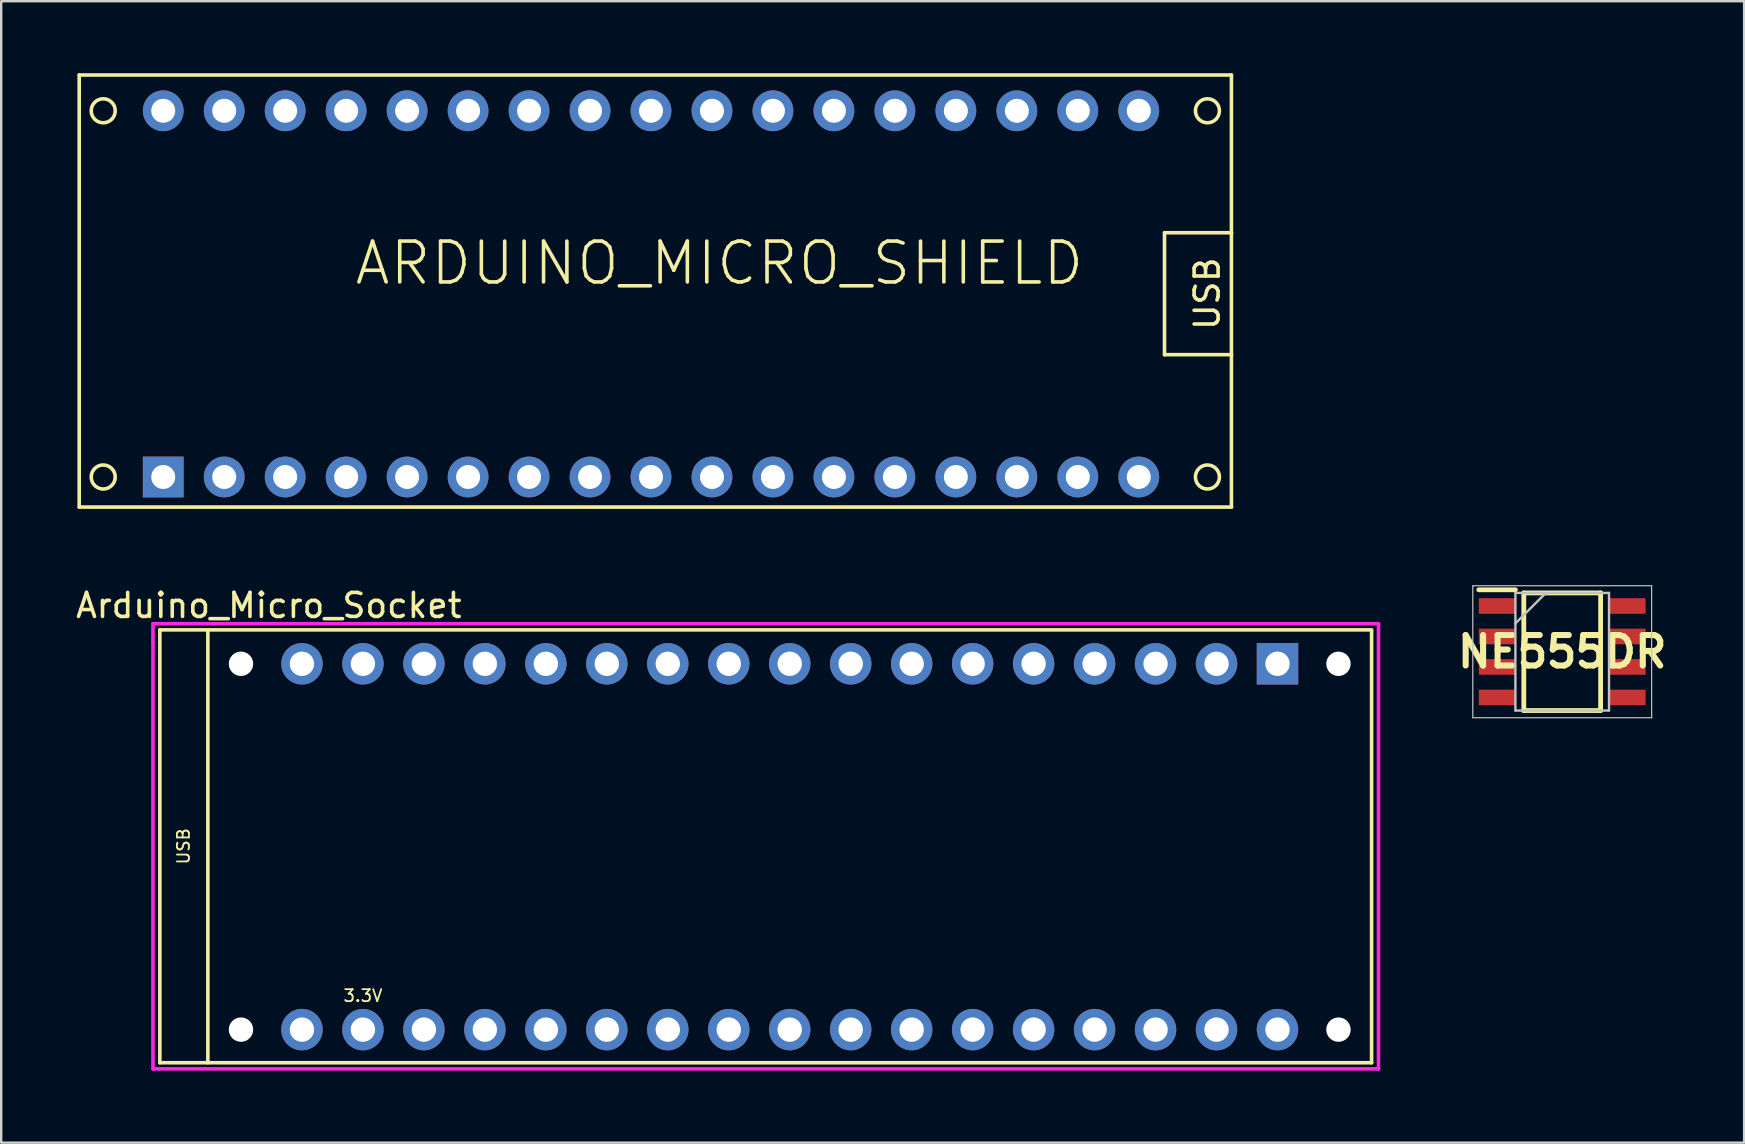
<source format=kicad_pcb>
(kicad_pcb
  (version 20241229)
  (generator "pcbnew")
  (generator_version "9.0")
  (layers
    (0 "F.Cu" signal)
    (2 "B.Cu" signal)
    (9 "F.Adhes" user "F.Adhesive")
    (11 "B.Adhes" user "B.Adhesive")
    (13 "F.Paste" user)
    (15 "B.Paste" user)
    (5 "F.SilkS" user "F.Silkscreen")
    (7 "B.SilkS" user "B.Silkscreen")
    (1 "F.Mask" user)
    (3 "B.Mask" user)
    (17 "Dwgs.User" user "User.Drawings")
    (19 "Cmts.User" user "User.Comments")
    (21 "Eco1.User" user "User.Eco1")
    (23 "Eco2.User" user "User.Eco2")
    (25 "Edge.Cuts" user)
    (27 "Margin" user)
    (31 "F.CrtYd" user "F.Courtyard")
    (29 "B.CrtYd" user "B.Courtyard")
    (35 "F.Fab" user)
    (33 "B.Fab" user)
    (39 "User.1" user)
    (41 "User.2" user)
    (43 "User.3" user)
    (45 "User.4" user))
  (footprint "NE555DR"
    (layer "F.Cu")
    (at 62.03 24.1)
    (property "Reference" "NE555DR" (at 0 0 0) (layer "F.SilkS") (effects (font (size 1.27 1.27) (thickness 0.254))))
    (attr smd)
    (fp_line (start -3.475 -2.58) (end -1.95 -2.58) (stroke (width 0.2) (type solid)) (layer "F.SilkS"))
    (fp_line (start -1.6 -2.45) (end 1.6 -2.45) (stroke (width 0.2) (type solid)) (layer "F.SilkS"))
    (fp_line (start -1.6 2.45) (end -1.6 -2.45) (stroke (width 0.2) (type solid)) (layer "F.SilkS"))
    (fp_line (start 1.6 -2.45) (end 1.6 2.45) (stroke (width 0.2) (type solid)) (layer "F.SilkS"))
    (fp_line (start 1.6 2.45) (end -1.6 2.45) (stroke (width 0.2) (type solid)) (layer "F.SilkS"))
    (fp_line (start -3.725 -2.75) (end 3.725 -2.75) (stroke (width 0.05) (type solid)) (layer "Dwgs.User"))
    (fp_line (start -3.725 2.75) (end -3.725 -2.75) (stroke (width 0.05) (type solid)) (layer "Dwgs.User"))
    (fp_line (start -1.95 -2.45) (end 1.95 -2.45) (stroke (width 0.1) (type solid)) (layer "Dwgs.User"))
    (fp_line (start -1.95 -1.18) (end -0.68 -2.45) (stroke (width 0.1) (type solid)) (layer "Dwgs.User"))
    (fp_line (start -1.95 2.45) (end -1.95 -2.45) (stroke (width 0.1) (type solid)) (layer "Dwgs.User"))
    (fp_line (start 1.95 -2.45) (end 1.95 2.45) (stroke (width 0.1) (type solid)) (layer "Dwgs.User"))
    (fp_line (start 1.95 2.45) (end -1.95 2.45) (stroke (width 0.1) (type solid)) (layer "Dwgs.User"))
    (fp_line (start 3.725 -2.75) (end 3.725 2.75) (stroke (width 0.05) (type solid)) (layer "Dwgs.User"))
    (fp_line (start 3.725 2.75) (end -3.725 2.75) (stroke (width 0.05) (type solid)) (layer "Dwgs.User"))
    (pad "1" smd rect (at -2.712 -1.905 90) (size 0.65 1.525) (layers "F.Cu" "F.Paste"))
    (pad "2" smd rect (at -2.712 -0.635 90) (size 0.65 1.525) (layers "F.Cu" "F.Paste"))
    (pad "3" smd rect (at -2.712 0.635 90) (size 0.65 1.525) (layers "F.Cu" "F.Paste"))
    (pad "4" smd rect (at -2.712 1.905 90) (size 0.65 1.525) (layers "F.Cu" "F.Paste"))
    (pad "5" smd rect (at 2.712 1.905 90) (size 0.65 1.525) (layers "F.Cu" "F.Paste"))
    (pad "6" smd rect (at 2.712 0.635 90) (size 0.65 1.525) (layers "F.Cu" "F.Paste"))
    (pad "7" smd rect (at 2.712 -0.635 90) (size 0.65 1.525) (layers "F.Cu" "F.Paste"))
    (pad "8" smd rect (at 2.712 -1.905 90) (size 0.65 1.525) (layers "F.Cu" "F.Paste")))
  (footprint "ARDUINO_MICRO_SHIELD"
    (layer "F.Cu")
    (at 0.25 18.075)
    (property "Reference" "ARDUINO_MICRO_SHIELD" (at 26.67 -10.16 0) (layer "F.SilkS") (effects (font (size 1.7 1.7) (thickness 0.15))))
    (attr through_hole)
    (fp_line (start 0 -18) (end 48 -18) (stroke (width 0.15) (type solid)) (layer "F.SilkS"))
    (fp_line (start 0 0) (end 0 -18) (stroke (width 0.15) (type solid)) (layer "F.SilkS"))
    (fp_line (start 45.212 -11.43) (end 48.006 -11.43) (stroke (width 0.15) (type solid)) (layer "F.SilkS"))
    (fp_line (start 45.212 -6.35) (end 45.212 -11.43) (stroke (width 0.15) (type solid)) (layer "F.SilkS"))
    (fp_line (start 48 -18) (end 48 0) (stroke (width 0.15) (type solid)) (layer "F.SilkS"))
    (fp_line (start 48 0) (end 0 0) (stroke (width 0.15) (type solid)) (layer "F.SilkS"))
    (fp_line (start 48.006 -6.35) (end 45.212 -6.35) (stroke (width 0.15) (type solid)) (layer "F.SilkS"))
    (fp_circle (center 1 -16.51) (end 1.5 -16.51) (stroke (width 0.15) (type solid)) (fill no) (layer "F.SilkS"))
    (fp_circle (center 1 -1.254) (end 1.5 -1.254) (stroke (width 0.15) (type solid)) (fill no) (layer "F.SilkS"))
    (fp_circle (center 47 -16.51) (end 47.5 -16.51) (stroke (width 0.15) (type solid)) (fill no) (layer "F.SilkS"))
    (fp_circle (center 47 -1.254) (end 47.5 -1.254) (stroke (width 0.15) (type solid)) (fill no) (layer "F.SilkS"))
    (fp_text user "USB" (at 46.99 -8.89 90) (layer "F.SilkS") (effects (font (size 1 1) (thickness 0.15))))
    (pad "2" thru_hole circle (at 18.74 -1.254) (size 1.7 1.7) (drill 1) (layers "*.Cu" "*.Mask"))
    (pad "3" thru_hole circle (at 21.28 -1.254) (size 1.7 1.7) (drill 1) (layers "*.Cu" "*.Mask"))
    (pad "3.3V" thru_hole circle (at 41.6 -16.51) (size 1.7 1.7) (drill 1) (layers "*.Cu" "*.Mask"))
    (pad "4" thru_hole circle (at 23.82 -1.254) (size 1.7 1.7) (drill 1) (layers "*.Cu" "*.Mask"))
    (pad "5" thru_hole circle (at 26.36 -1.254) (size 1.7 1.7) (drill 1) (layers "*.Cu" "*.Mask"))
    (pad "5V" thru_hole circle (at 16.2 -16.51) (size 1.7 1.7) (drill 1) (layers "*.Cu" "*.Mask"))
    (pad "6" thru_hole circle (at 28.9 -1.254) (size 1.7 1.7) (drill 1) (layers "*.Cu" "*.Mask"))
    (pad "7" thru_hole circle (at 31.44 -1.254) (size 1.7 1.7) (drill 1) (layers "*.Cu" "*.Mask"))
    (pad "8" thru_hole circle (at 33.98 -1.254) (size 1.7 1.7) (drill 1) (layers "*.Cu" "*.Mask"))
    (pad "9" thru_hole circle (at 36.52 -1.254) (size 1.7 1.7) (drill 1) (layers "*.Cu" "*.Mask"))
    (pad "10" thru_hole circle (at 39.06 -1.254) (size 1.7 1.7) (drill 1) (layers "*.Cu" "*.Mask"))
    (pad "11" thru_hole circle (at 41.6 -1.254) (size 1.7 1.7) (drill 1) (layers "*.Cu" "*.Mask"))
    (pad "12" thru_hole circle (at 44.14 -1.254) (size 1.7 1.7) (drill 1) (layers "*.Cu" "*.Mask"))
    (pad "13" thru_hole circle (at 44.14 -16.51) (size 1.7 1.7) (drill 1) (layers "*.Cu" "*.Mask"))
    (pad "A0" thru_hole circle (at 36.52 -16.51) (size 1.7 1.7) (drill 1) (layers "*.Cu" "*.Mask"))
    (pad "A1" thru_hole circle (at 33.98 -16.51) (size 1.7 1.7) (drill 1) (layers "*.Cu" "*.Mask"))
    (pad "A2" thru_hole circle (at 31.44 -16.51) (size 1.7 1.7) (drill 1) (layers "*.Cu" "*.Mask"))
    (pad "A3" thru_hole circle (at 28.9 -16.51) (size 1.7 1.7) (drill 1) (layers "*.Cu" "*.Mask"))
    (pad "A4" thru_hole circle (at 26.36 -16.51) (size 1.7 1.7) (drill 1) (layers "*.Cu" "*.Mask"))
    (pad "A5" thru_hole circle (at 23.82 -16.51) (size 1.7 1.7) (drill 1) (layers "*.Cu" "*.Mask"))
    (pad "AREF" thru_hole circle (at 39.06 -16.51) (size 1.7 1.7) (drill 1) (layers "*.Cu" "*.Mask"))
    (pad "GND" thru_hole circle (at 11.12 -16.51) (size 1.7 1.7) (drill 1) (layers "*.Cu" "*.Mask"))
    (pad "GND" thru_hole circle (at 16.2 -1.254) (size 1.7 1.7) (drill 1) (layers "*.Cu" "*.Mask"))
    (pad "MI" thru_hole circle (at 6.04 -16.51) (size 1.7 1.7) (drill 1) (layers "*.Cu" "*.Mask"))
    (pad "MO" thru_hole rect (at 3.5 -1.254) (size 1.7 1.7) (drill 1) (layers "*.Cu" "*.Mask"))
    (pad "NC" thru_hole circle (at 18.74 -16.51) (size 1.7 1.7) (drill 1) (layers "*.Cu" "*.Mask"))
    (pad "NC" thru_hole circle (at 21.28 -16.51) (size 1.7 1.7) (drill 1) (layers "*.Cu" "*.Mask"))
    (pad "RST" thru_hole circle (at 13.66 -16.51) (size 1.7 1.7) (drill 1) (layers "*.Cu" "*.Mask"))
    (pad "RST" thru_hole circle (at 13.66 -1.254) (size 1.7 1.7) (drill 1) (layers "*.Cu" "*.Mask"))
    (pad "RX" thru_hole circle (at 11.12 -1.254) (size 1.7 1.7) (drill 1) (layers "*.Cu" "*.Mask"))
    (pad "SCK" thru_hole circle (at 3.5 -16.51) (size 1.7 1.7) (drill 1) (layers "*.Cu" "*.Mask"))
    (pad "SS" thru_hole circle (at 6.04 -1.254) (size 1.7 1.7) (drill 1) (layers "*.Cu" "*.Mask"))
    (pad "TX" thru_hole circle (at 8.58 -1.254) (size 1.7 1.7) (drill 1) (layers "*.Cu" "*.Mask"))
    (pad "VI" thru_hole circle (at 8.58 -16.51) (size 1.7 1.7) (drill 1) (layers "*.Cu" "*.Mask")))
  (footprint "Arduino_Micro_Socket"
    (layer "F.Cu")
    (at 5.609 41.223)
    (property "Reference" "Arduino_Micro_Socket" (at 2.54 -19.05 0) (layer "F.SilkS") (effects (font (size 1 1) (thickness 0.15))))
    (attr through_hole)
    (fp_line (start -2 -18.034) (end -2 0) (stroke (width 0.15) (type solid)) (layer "F.SilkS"))
    (fp_line (start -2 -18.034) (end 48.48 -18.034) (stroke (width 0.15) (type solid)) (layer "F.SilkS"))
    (fp_line (start -2 0) (end 48.48 0) (stroke (width 0.15) (type solid)) (layer "F.SilkS"))
    (fp_line (start 0 -18) (end 0 0) (stroke (width 0.15) (type solid)) (layer "F.SilkS"))
    (fp_line (start 48.48 -18) (end 48.48 0) (stroke (width 0.15) (type solid)) (layer "F.SilkS"))
    (fp_line (start -2.286 -18.288) (end 48.768 -18.288) (stroke (width 0.15) (type solid)) (layer "F.CrtYd"))
    (fp_line (start -2.286 -17.526) (end -2.286 -18.288) (stroke (width 0.15) (type solid)) (layer "F.CrtYd"))
    (fp_line (start -2.286 0.254) (end -2.286 -17.526) (stroke (width 0.15) (type solid)) (layer "F.CrtYd"))
    (fp_line (start -2.032 0.254) (end -2.286 0.254) (stroke (width 0.15) (type solid)) (layer "F.CrtYd"))
    (fp_line (start 48.768 -18.288) (end 48.768 0.254) (stroke (width 0.15) (type solid)) (layer "F.CrtYd"))
    (fp_line (start 48.768 0.254) (end -2.032 0.254) (stroke (width 0.15) (type solid)) (layer "F.CrtYd"))
    (fp_text user "3.3V" (at 6.46 -2.794 0) (layer "F.SilkS") (effects (font (size 0.5 0.5) (thickness 0.075))))
    (fp_text user "USB" (at -1.016 -9.017 90) (layer "F.SilkS") (effects (font (size 0.5 0.5) (thickness 0.075))))
    (pad "" np_thru_hole circle (at 1.38 -16.62) (size 1.016 1.016) (drill 1.016) (layers "*.Cu" "*.Mask"))
    (pad "" np_thru_hole circle (at 1.38 -1.38) (size 1.016 1.016) (drill 1.016) (layers "*.Cu" "*.Mask"))
    (pad "" thru_hole oval (at 26.78 -1.38) (size 1.727 1.727) (drill 1.016) (layers "*.Cu" "*.Mask"))
    (pad "" thru_hole oval (at 29.32 -1.38) (size 1.727 1.727) (drill 1.016) (layers "*.Cu" "*.Mask"))
    (pad "" np_thru_hole circle (at 47.1 -16.62) (size 1.016 1.016) (drill 1.016) (layers "*.Cu" "*.Mask"))
    (pad "" np_thru_hole circle (at 47.1 -1.38) (size 1.016 1.016) (drill 1.016) (layers "*.Cu" "*.Mask"))
    (pad "3V3" thru_hole oval (at 6.46 -1.38) (size 1.727 1.727) (drill 1.016) (layers "*.Cu" "*.Mask"))
    (pad "5V" thru_hole oval (at 31.86 -1.38) (size 1.727 1.727) (drill 1.016) (layers "*.Cu" "*.Mask"))
    (pad "A0" thru_hole oval (at 11.54 -1.38) (size 1.727 1.727) (drill 1.016) (layers "*.Cu" "*.Mask"))
    (pad "A1" thru_hole oval (at 14.08 -1.38) (size 1.727 1.727) (drill 1.016) (layers "*.Cu" "*.Mask"))
    (pad "A2" thru_hole oval (at 16.62 -1.38) (size 1.727 1.727) (drill 1.016) (layers "*.Cu" "*.Mask"))
    (pad "A3" thru_hole oval (at 19.16 -1.38) (size 1.727 1.727) (drill 1.016) (layers "*.Cu" "*.Mask"))
    (pad "A4" thru_hole oval (at 21.7 -1.38) (size 1.727 1.727) (drill 1.016) (layers "*.Cu" "*.Mask"))
    (pad "A5" thru_hole oval (at 24.24 -1.38) (size 1.727 1.727) (drill 1.016) (layers "*.Cu" "*.Mask"))
    (pad "AREF" thru_hole oval (at 9 -1.38) (size 1.727 1.727) (drill 1.016) (layers "*.Cu" "*.Mask"))
    (pad "D0" thru_hole oval (at 36.94 -16.62) (size 1.727 1.727) (drill 1.016) (layers "*.Cu" "*.Mask"))
    (pad "D1" thru_hole oval (at 39.48 -16.62) (size 1.727 1.727) (drill 1.016) (layers "*.Cu" "*.Mask"))
    (pad "D2" thru_hole oval (at 29.32 -16.62) (size 1.727 1.727) (drill 1.016) (layers "*.Cu" "*.Mask"))
    (pad "D3" thru_hole oval (at 26.78 -16.62) (size 1.727 1.727) (drill 1.016) (layers "*.Cu" "*.Mask"))
    (pad "D4" thru_hole oval (at 24.24 -16.62) (size 1.727 1.727) (drill 1.016) (layers "*.Cu" "*.Mask"))
    (pad "D5" thru_hole oval (at 21.7 -16.62) (size 1.727 1.727) (drill 1.016) (layers "*.Cu" "*.Mask"))
    (pad "D6" thru_hole oval (at 19.16 -16.62) (size 1.727 1.727) (drill 1.016) (layers "*.Cu" "*.Mask"))
    (pad "D7" thru_hole oval (at 16.62 -16.62) (size 1.727 1.727) (drill 1.016) (layers "*.Cu" "*.Mask"))
    (pad "D8" thru_hole oval (at 14.08 -16.62) (size 1.727 1.727) (drill 1.016) (layers "*.Cu" "*.Mask"))
    (pad "D9" thru_hole oval (at 11.54 -16.62) (size 1.727 1.727) (drill 1.016) (layers "*.Cu" "*.Mask"))
    (pad "D10" thru_hole oval (at 9 -16.62) (size 1.727 1.727) (drill 1.016) (layers "*.Cu" "*.Mask"))
    (pad "D11" thru_hole oval (at 6.46 -16.62) (size 1.727 1.727) (drill 1.016) (layers "*.Cu" "*.Mask"))
    (pad "D12" thru_hole oval (at 3.92 -16.62) (size 1.727 1.727) (drill 1.016) (layers "*.Cu" "*.Mask"))
    (pad "D13" thru_hole oval (at 3.92 -1.38) (size 1.727 1.727) (drill 1.016) (layers "*.Cu" "*.Mask"))
    (pad "GND1" thru_hole oval (at 36.94 -1.38) (size 1.727 1.727) (drill 1.016) (layers "*.Cu" "*.Mask"))
    (pad "GND2" thru_hole oval (at 31.86 -16.62) (size 1.727 1.727) (drill 1.016) (layers "*.Cu" "*.Mask"))
    (pad "MISO" thru_hole oval (at 42.02 -1.38) (size 1.727 1.727) (drill 1.016) (layers "*.Cu" "*.Mask"))
    (pad "MOSI" thru_hole rect (at 44.56 -16.62) (size 1.727 1.727) (drill 1.016) (layers "*.Cu" "*.Mask"))
    (pad "RST1" thru_hole oval (at 34.4 -1.38) (size 1.727 1.727) (drill 1.016) (layers "*.Cu" "*.Mask"))
    (pad "RST2" thru_hole oval (at 34.4 -16.62) (size 1.727 1.727) (drill 1.016) (layers "*.Cu" "*.Mask"))
    (pad "SCK" thru_hole oval (at 44.56 -1.38) (size 1.727 1.727) (drill 1.016) (layers "*.Cu" "*.Mask"))
    (pad "SS" thru_hole oval (at 42.02 -16.62) (size 1.727 1.727) (drill 1.016) (layers "*.Cu" "*.Mask"))
    (pad "VIN" thru_hole oval (at 39.48 -1.38) (size 1.727 1.727) (drill 1.016) (layers "*.Cu" "*.Mask")))
  (gr_rect
    (start -3 -3)
    (end 69.608 44.552)
    (stroke (width 0.1) (type default))
    (fill no)
    (layer "Edge.Cuts")))
</source>
